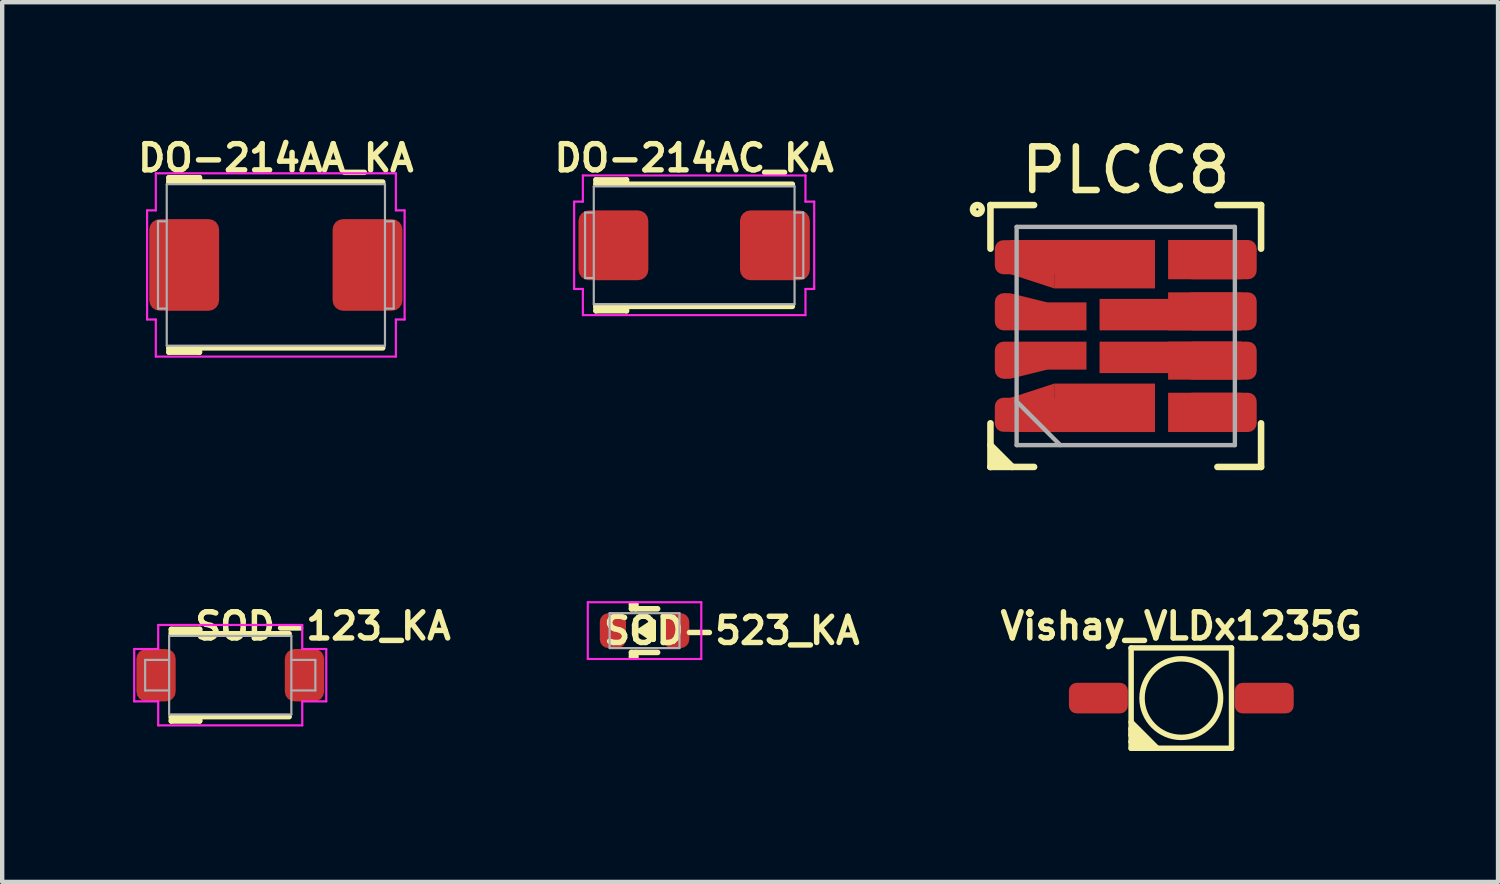
<source format=kicad_pcb>
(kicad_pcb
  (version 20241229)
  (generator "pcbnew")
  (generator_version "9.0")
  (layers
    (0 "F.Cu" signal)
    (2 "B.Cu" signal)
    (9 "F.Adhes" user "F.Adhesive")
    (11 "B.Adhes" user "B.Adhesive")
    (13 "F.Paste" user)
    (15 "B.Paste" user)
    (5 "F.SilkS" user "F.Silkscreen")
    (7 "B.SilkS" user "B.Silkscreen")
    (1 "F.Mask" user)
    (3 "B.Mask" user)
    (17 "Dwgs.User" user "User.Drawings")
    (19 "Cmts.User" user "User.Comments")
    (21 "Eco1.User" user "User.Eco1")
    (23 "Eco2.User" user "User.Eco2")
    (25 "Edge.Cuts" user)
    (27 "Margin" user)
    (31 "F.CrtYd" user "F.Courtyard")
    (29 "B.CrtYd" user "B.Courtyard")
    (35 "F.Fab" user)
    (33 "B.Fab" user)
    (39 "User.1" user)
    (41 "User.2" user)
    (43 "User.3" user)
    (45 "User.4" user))
  (footprint "SOD-523_KA"
    (layer "F.Cu")
    (at 11.717 11.398)
    (property "Reference" "SOD-523_KA" (at 2 0 0) (layer "F.SilkS") (effects (font (size 0.6 0.6) (thickness 0.125))))
    (attr smd)
    (fp_line (start -0.3 -0.6) (end -0.2 -0.6) (stroke (width 0.125) (type solid)) (layer "F.SilkS"))
    (fp_line (start -0.3 -0.5) (end -0.3 -0.6) (stroke (width 0.125) (type solid)) (layer "F.SilkS"))
    (fp_line (start -0.3 -0.5) (end 0.3 -0.5) (stroke (width 0.127) (type solid)) (layer "F.SilkS"))
    (fp_line (start -0.3 0.5) (end -0.3 0.6) (stroke (width 0.125) (type solid)) (layer "F.SilkS"))
    (fp_line (start -0.3 0.5) (end 0.3 0.5) (stroke (width 0.127) (type solid)) (layer "F.SilkS"))
    (fp_line (start -0.3 0.6) (end -0.2 0.6) (stroke (width 0.125) (type solid)) (layer "F.SilkS"))
    (fp_line (start -0.2 -0.6) (end -0.2 -0.5) (stroke (width 0.125) (type solid)) (layer "F.SilkS"))
    (fp_line (start -0.2 -0.2) (end -0.2 0.2) (stroke (width 0.125) (type solid)) (layer "F.SilkS"))
    (fp_line (start -0.2 0.6) (end -0.2 0.5) (stroke (width 0.125) (type solid)) (layer "F.SilkS"))
    (fp_line (start -0.1 0) (end 0.2 -0.2) (stroke (width 0.125) (type solid)) (layer "F.SilkS"))
    (fp_line (start 0 0) (end 0.15 -0.05) (stroke (width 0.125) (type solid)) (layer "F.SilkS"))
    (fp_line (start 0.15 -0.05) (end 0.15 0.05) (stroke (width 0.125) (type solid)) (layer "F.SilkS"))
    (fp_line (start 0.15 0.05) (end 0 0) (stroke (width 0.125) (type solid)) (layer "F.SilkS"))
    (fp_line (start 0.2 -0.2) (end 0.2 0.2) (stroke (width 0.125) (type solid)) (layer "F.SilkS"))
    (fp_line (start 0.2 0.2) (end -0.1 0) (stroke (width 0.125) (type solid)) (layer "F.SilkS"))
    (fp_line (start -1.3 -0.65) (end 1.3 -0.65) (stroke (width 0.05) (type solid)) (layer "F.CrtYd"))
    (fp_line (start -1.3 0.65) (end -1.3 -0.65) (stroke (width 0.05) (type solid)) (layer "F.CrtYd"))
    (fp_line (start 1.3 -0.65) (end 1.3 0.65) (stroke (width 0.05) (type solid)) (layer "F.CrtYd"))
    (fp_line (start 1.3 0.65) (end -1.3 0.65) (stroke (width 0.05) (type solid)) (layer "F.CrtYd"))
    (fp_line (start -0.8 -0.4) (end 0.8 -0.4) (stroke (width 0.05) (type solid)) (layer "F.Fab"))
    (fp_line (start -0.8 0.4) (end -0.8 -0.4) (stroke (width 0.05) (type solid)) (layer "F.Fab"))
    (fp_line (start 0.8 -0.4) (end 0.8 0.4) (stroke (width 0.05) (type solid)) (layer "F.Fab"))
    (fp_line (start 0.8 0.4) (end -0.8 0.4) (stroke (width 0.05) (type solid)) (layer "F.Fab"))
    (pad "A" smd roundrect (at 0.725 0) (size 0.6 0.8) (layers "F.Cu" "F.Mask" "F.Paste") (roundrect_rratio 0.33))
    (pad "K" smd roundrect (at -0.725 0) (size 0.6 0.8) (layers "F.Cu" "F.Mask" "F.Paste") (roundrect_rratio 0.33)))
  (footprint "Vishay_VLDx1235G"
    (layer "F.Cu")
    (at 24.015 12.944)
    (property "Reference" "Vishay_VLDx1235G" (at 0 -1.65 0) (layer "F.SilkS") (effects (font (size 0.6 0.6) (thickness 0.125))))
    (attr through_hole)
    (fp_line (start -1.15 -1.15) (end 1.15 -1.15) (stroke (width 0.125) (type solid)) (layer "F.SilkS"))
    (fp_line (start -1.15 0.55) (end -0.55 1.15) (stroke (width 0.125) (type solid)) (layer "F.SilkS"))
    (fp_line (start -1.15 0.7) (end -1.15 0.85) (stroke (width 0.125) (type solid)) (layer "F.SilkS"))
    (fp_line (start -1.15 0.85) (end -0.85 1.15) (stroke (width 0.125) (type solid)) (layer "F.SilkS"))
    (fp_line (start -1.15 1) (end -1.15 1) (stroke (width 0.125) (type solid)) (layer "F.SilkS"))
    (fp_line (start -1.15 1.15) (end -1.15 -1.15) (stroke (width 0.125) (type solid)) (layer "F.SilkS"))
    (fp_line (start -1 1.15) (end -1.15 1) (stroke (width 0.125) (type solid)) (layer "F.SilkS"))
    (fp_line (start -0.85 1.15) (end -1 1.15) (stroke (width 0.125) (type solid)) (layer "F.SilkS"))
    (fp_line (start -0.7 1.15) (end -1.15 0.7) (stroke (width 0.125) (type solid)) (layer "F.SilkS"))
    (fp_line (start -0.55 1.15) (end -0.7 1.15) (stroke (width 0.125) (type solid)) (layer "F.SilkS"))
    (fp_line (start 1.15 -1.15) (end 1.15 1.15) (stroke (width 0.125) (type solid)) (layer "F.SilkS"))
    (fp_line (start 1.15 1.15) (end -1.15 1.15) (stroke (width 0.125) (type solid)) (layer "F.SilkS"))
    (fp_circle (center 0 0) (end 0.9 0) (stroke (width 0.125) (type solid)) (fill no) (layer "F.SilkS"))
    (pad "A" smd roundrect (at 1.9 0) (size 1.35 0.7) (layers "F.Cu" "F.Mask" "F.Paste") (roundrect_rratio 0.25))
    (pad "K" smd roundrect (at -1.9 0) (size 1.35 0.7) (layers "F.Cu" "F.Mask" "F.Paste") (roundrect_rratio 0.25)))
  (footprint "SOD-123_KA"
    (layer "F.Cu")
    (at 2.225 12.419)
    (property "Reference" "SOD-123_KA" (at 2.125 -1.125 0) (layer "F.SilkS") (effects (font (size 0.6 0.6) (thickness 0.125))))
    (attr smd)
    (fp_line (start -1.35 -1.05) (end -1.35 -0.95) (stroke (width 0.125) (type solid)) (layer "F.SilkS"))
    (fp_line (start -1.35 -1.05) (end -0.7 -1.05) (stroke (width 0.125) (type solid)) (layer "F.SilkS"))
    (fp_line (start -1.35 0.95) (end -1.35 1.05) (stroke (width 0.125) (type solid)) (layer "F.SilkS"))
    (fp_line (start -1.35 0.95) (end 1.35 0.95) (stroke (width 0.127) (type solid)) (layer "F.SilkS"))
    (fp_line (start -1.35 1.05) (end -0.7 1.05) (stroke (width 0.125) (type solid)) (layer "F.SilkS"))
    (fp_line (start -0.7 -1.05) (end -0.7 -0.95) (stroke (width 0.125) (type solid)) (layer "F.SilkS"))
    (fp_line (start -0.7 1.05) (end -0.7 0.95) (stroke (width 0.125) (type solid)) (layer "F.SilkS"))
    (fp_line (start 1.35 -0.95) (end -1.35 -0.95) (stroke (width 0.125) (type solid)) (layer "F.SilkS"))
    (fp_line (start -2.2 -0.6) (end -1.65 -0.6) (stroke (width 0.05) (type solid)) (layer "F.CrtYd"))
    (fp_line (start -2.2 0.6) (end -2.2 -0.6) (stroke (width 0.05) (type solid)) (layer "F.CrtYd"))
    (fp_line (start -1.65 -1.15) (end 1.65 -1.15) (stroke (width 0.05) (type solid)) (layer "F.CrtYd"))
    (fp_line (start -1.65 -0.6) (end -1.65 -1.15) (stroke (width 0.05) (type solid)) (layer "F.CrtYd"))
    (fp_line (start -1.65 0.6) (end -2.2 0.6) (stroke (width 0.05) (type solid)) (layer "F.CrtYd"))
    (fp_line (start -1.65 1.15) (end -1.65 0.6) (stroke (width 0.05) (type solid)) (layer "F.CrtYd"))
    (fp_line (start 1.65 -1.15) (end 1.65 -0.6) (stroke (width 0.05) (type solid)) (layer "F.CrtYd"))
    (fp_line (start 1.65 -0.6) (end 2.2 -0.6) (stroke (width 0.05) (type solid)) (layer "F.CrtYd"))
    (fp_line (start 1.65 0.6) (end 1.65 1.15) (stroke (width 0.05) (type solid)) (layer "F.CrtYd"))
    (fp_line (start 1.65 1.15) (end -1.65 1.15) (stroke (width 0.05) (type solid)) (layer "F.CrtYd"))
    (fp_line (start 2.2 -0.6) (end 2.2 0.6) (stroke (width 0.05) (type solid)) (layer "F.CrtYd"))
    (fp_line (start 2.2 0.6) (end 1.65 0.6) (stroke (width 0.05) (type solid)) (layer "F.CrtYd"))
    (fp_line (start -1.95 -0.35) (end -1.95 0.35) (stroke (width 0.05) (type solid)) (layer "F.Fab"))
    (fp_line (start -1.95 0.35) (end -1.4 0.35) (stroke (width 0.05) (type solid)) (layer "F.Fab"))
    (fp_line (start -1.4 -0.9) (end -1.4 0.9) (stroke (width 0.05) (type solid)) (layer "F.Fab"))
    (fp_line (start -1.4 -0.35) (end -1.95 -0.35) (stroke (width 0.05) (type solid)) (layer "F.Fab"))
    (fp_line (start -1.4 0.9) (end 1.4 0.9) (stroke (width 0.05) (type solid)) (layer "F.Fab"))
    (fp_line (start 1.4 -0.9) (end -1.4 -0.9) (stroke (width 0.05) (type solid)) (layer "F.Fab"))
    (fp_line (start 1.4 -0.35) (end 1.95 -0.35) (stroke (width 0.05) (type solid)) (layer "F.Fab"))
    (fp_line (start 1.4 0.9) (end 1.4 -0.9) (stroke (width 0.05) (type solid)) (layer "F.Fab"))
    (fp_line (start 1.95 -0.35) (end 1.95 0.35) (stroke (width 0.05) (type solid)) (layer "F.Fab"))
    (fp_line (start 1.95 0.35) (end 1.4 0.35) (stroke (width 0.05) (type solid)) (layer "F.Fab"))
    (pad "A" smd roundrect (at 1.7 0) (size 0.9 1.2) (layers "F.Cu" "F.Mask" "F.Paste") (roundrect_rratio 0.25))
    (pad "K" smd roundrect (at -1.7 0) (size 0.9 1.2) (layers "F.Cu" "F.Mask" "F.Paste") (roundrect_rratio 0.25)))
  (footprint "DO-214AA_KA"
    (layer "F.Cu")
    (at 3.27 3.02)
    (property "Reference" "DO-214AA_KA" (at 0 -2.45 0) (layer "F.SilkS") (effects (font (size 0.6 0.6) (thickness 0.125))))
    (attr smd)
    (fp_line (start -2.45 -2) (end -1.75 -2) (stroke (width 0.125) (type solid)) (layer "F.SilkS"))
    (fp_line (start -2.45 -1.9) (end -2.45 -2) (stroke (width 0.125) (type solid)) (layer "F.SilkS"))
    (fp_line (start -2.45 -1.9) (end 2.45 -1.9) (stroke (width 0.125) (type solid)) (layer "F.SilkS"))
    (fp_line (start -2.45 1.9) (end -2.45 2) (stroke (width 0.125) (type solid)) (layer "F.SilkS"))
    (fp_line (start -2.45 1.9) (end 2.45 1.9) (stroke (width 0.125) (type solid)) (layer "F.SilkS"))
    (fp_line (start -2.45 2) (end -1.75 2) (stroke (width 0.125) (type solid)) (layer "F.SilkS"))
    (fp_line (start -1.75 -2) (end -1.75 -1.9) (stroke (width 0.125) (type solid)) (layer "F.SilkS"))
    (fp_line (start -1.75 2) (end -1.75 1.9) (stroke (width 0.125) (type solid)) (layer "F.SilkS"))
    (fp_line (start -2.95 -1.25) (end -2.75 -1.25) (stroke (width 0.05) (type solid)) (layer "F.CrtYd"))
    (fp_line (start -2.95 1.25) (end -2.95 -1.25) (stroke (width 0.05) (type solid)) (layer "F.CrtYd"))
    (fp_line (start -2.75 -2.1) (end 2.75 -2.1) (stroke (width 0.05) (type solid)) (layer "F.CrtYd"))
    (fp_line (start -2.75 -1.25) (end -2.75 -2.1) (stroke (width 0.05) (type solid)) (layer "F.CrtYd"))
    (fp_line (start -2.75 1.25) (end -2.95 1.25) (stroke (width 0.05) (type solid)) (layer "F.CrtYd"))
    (fp_line (start -2.75 2.1) (end -2.75 1.25) (stroke (width 0.05) (type solid)) (layer "F.CrtYd"))
    (fp_line (start 2.75 -2.1) (end 2.75 -1.25) (stroke (width 0.05) (type solid)) (layer "F.CrtYd"))
    (fp_line (start 2.75 -1.25) (end 2.95 -1.25) (stroke (width 0.05) (type solid)) (layer "F.CrtYd"))
    (fp_line (start 2.75 1.25) (end 2.75 2.1) (stroke (width 0.05) (type solid)) (layer "F.CrtYd"))
    (fp_line (start 2.75 2.1) (end -2.75 2.1) (stroke (width 0.05) (type solid)) (layer "F.CrtYd"))
    (fp_line (start 2.95 -1.25) (end 2.95 1.25) (stroke (width 0.05) (type solid)) (layer "F.CrtYd"))
    (fp_line (start 2.95 1.25) (end 2.75 1.25) (stroke (width 0.05) (type solid)) (layer "F.CrtYd"))
    (fp_line (start -2.7 -1) (end -2.7 1) (stroke (width 0.05) (type solid)) (layer "F.Fab"))
    (fp_line (start -2.7 1) (end -2.5 1) (stroke (width 0.05) (type solid)) (layer "F.Fab"))
    (fp_line (start -2.5 -1.85) (end -2.5 1.85) (stroke (width 0.05) (type solid)) (layer "F.Fab"))
    (fp_line (start -2.5 -1) (end -2.7 -1) (stroke (width 0.05) (type solid)) (layer "F.Fab"))
    (fp_line (start -2.5 1.85) (end 2.5 1.85) (stroke (width 0.05) (type solid)) (layer "F.Fab"))
    (fp_line (start 2.5 -1.85) (end -2.5 -1.85) (stroke (width 0.05) (type solid)) (layer "F.Fab"))
    (fp_line (start 2.5 -1) (end 2.7 -1) (stroke (width 0.05) (type solid)) (layer "F.Fab"))
    (fp_line (start 2.5 1.85) (end 2.5 -1.85) (stroke (width 0.05) (type solid)) (layer "F.Fab"))
    (fp_line (start 2.7 -1) (end 2.7 1) (stroke (width 0.05) (type solid)) (layer "F.Fab"))
    (fp_line (start 2.7 1) (end 2.5 1) (stroke (width 0.05) (type solid)) (layer "F.Fab"))
    (pad "A" smd roundrect (at 2.1 0) (size 1.6 2.1) (layers "F.Cu" "F.Mask" "F.Paste") (roundrect_rratio 0.15))
    (pad "K" smd roundrect (at -2.1 0) (size 1.6 2.1) (layers "F.Cu" "F.Mask" "F.Paste") (roundrect_rratio 0.15)))
  (footprint "PLCC8"
    (layer "F.Cu")
    (at 22.742 4.648)
    (property "Reference" "PLCC8" (at 0 -3.8 0) (layer "F.SilkS") (effects (font (size 1 1) (thickness 0.15))))
    (attr smd)
    (fp_line (start -3.1 -3) (end -3.1 -2) (stroke (width 0.15) (type solid)) (layer "F.SilkS"))
    (fp_line (start -3.1 -3) (end -2.1 -3) (stroke (width 0.15) (type solid)) (layer "F.SilkS"))
    (fp_line (start -3.1 2.5) (end -2.6 3) (stroke (width 0.15) (type solid)) (layer "F.SilkS"))
    (fp_line (start -3.1 3) (end -3.1 2) (stroke (width 0.15) (type solid)) (layer "F.SilkS"))
    (fp_line (start -3.1 3) (end -3 2.9) (stroke (width 0.15) (type solid)) (layer "F.SilkS"))
    (fp_line (start -3 2.7) (end -2.9 2.8) (stroke (width 0.15) (type solid)) (layer "F.SilkS"))
    (fp_line (start -3 2.9) (end -3 2.7) (stroke (width 0.15) (type solid)) (layer "F.SilkS"))
    (fp_line (start -2.8 2.9) (end -3 2.9) (stroke (width 0.15) (type solid)) (layer "F.SilkS"))
    (fp_line (start -2.1 3) (end -3.1 3) (stroke (width 0.15) (type solid)) (layer "F.SilkS"))
    (fp_line (start 2.1 -3) (end 3.1 -3) (stroke (width 0.15) (type solid)) (layer "F.SilkS"))
    (fp_line (start 2.1 3) (end 3.1 3) (stroke (width 0.15) (type solid)) (layer "F.SilkS"))
    (fp_line (start 3.1 -3) (end 3.1 -2) (stroke (width 0.15) (type solid)) (layer "F.SilkS"))
    (fp_line (start 3.1 3) (end 3.1 2) (stroke (width 0.15) (type solid)) (layer "F.SilkS"))
    (fp_circle (center -3.4 -2.9) (end -3.4 -3) (stroke (width 0.15) (type solid)) (fill no) (layer "F.SilkS"))
    (fp_line (start -2.5 -2.5) (end -2.5 2.5) (stroke (width 0.1) (type solid)) (layer "F.Fab"))
    (fp_line (start -2.5 -2.5) (end 2.5 -2.5) (stroke (width 0.1) (type solid)) (layer "F.Fab"))
    (fp_line (start -2.5 1.5) (end -1.5 2.5) (stroke (width 0.1) (type solid)) (layer "F.Fab"))
    (fp_line (start -2.5 2.5) (end 2.5 2.5) (stroke (width 0.1) (type solid)) (layer "F.Fab"))
    (fp_line (start 2.5 2.5) (end 2.5 -2.5) (stroke (width 0.1) (type solid)) (layer "F.Fab"))
    (pad "" smd roundrect (at -1.775 -0.45) (size 1.6 0.6) (layers "F.Paste") (roundrect_rratio 0.25))
    (pad "" smd roundrect (at -1.775 0.45) (size 1.6 0.6) (layers "F.Paste") (roundrect_rratio 0.25))
    (pad "" smd roundrect (at -0.9 -1.8) (size 3 0.9) (layers "F.Paste") (roundrect_rratio 0.25))
    (pad "" smd roundrect (at -0.9 1.8) (size 3 0.9) (layers "F.Paste") (roundrect_rratio 0.25))
    (pad "" smd roundrect (at 1 0.5) (size 3 0.65) (layers "F.Paste") (roundrect_rratio 0.25))
    (pad "" smd roundrect (at 1.025 -0.49) (size 3 0.65) (layers "F.Paste") (roundrect_rratio 0.25))
    (pad "" smd roundrect (at 1.81 -1.75) (size 1.6 0.8) (layers "F.Paste") (roundrect_rratio 0.25))
    (pad "" smd roundrect (at 1.81 1.75) (size 1.6 0.8) (layers "F.Paste") (roundrect_rratio 0.25))
    (pad "1" smd roundrect (at -2.5 -1.805) (size 1 0.78) (layers "F.Cu" "F.Mask") (roundrect_rratio 0.25))
    (pad "1" smd trapezoid (at -2.145 -1.505) (size 1.01 0.5) (rect_delta -0.33 0) (layers "F.Cu" "F.Mask"))
    (pad "1" smd rect (at -0.99 -1.81) (size 3.32 0.78) (layers "F.Cu" "F.Mask"))
    (pad "1" smd rect (at -0.485 -1.645) (size 2.31 1.11) (layers "F.Cu" "F.Mask"))
    (pad "2" smd roundrect (at -2.8 -0.555) (size 0.4 0.85) (layers "F.Cu" "F.Mask") (roundrect_rratio 0.5))
    (pad "2" smd rect (at -2.725 -0.555) (size 0.15 0.85) (layers "F.Cu" "F.Mask"))
    (pad "2" smd trapezoid (at -2.225 -0.725) (size 0.85 0.3) (rect_delta 0.21 0) (layers "F.Cu" "F.Mask"))
    (pad "2" smd rect (at -1.775 -0.45) (size 1.75 0.64) (layers "F.Cu" "F.Mask"))
    (pad "3" smd roundrect (at -2.8 0.555) (size 0.4 0.85) (layers "F.Cu" "F.Mask") (roundrect_rratio 0.5))
    (pad "3" smd rect (at -2.72 0.555) (size 0.15 0.85) (layers "F.Cu" "F.Mask"))
    (pad "3" smd trapezoid (at -2.225 0.725) (size 0.85 0.3) (rect_delta 0.21 0) (layers "F.Cu" "F.Mask"))
    (pad "3" smd rect (at -1.775 0.45) (size 1.75 0.64) (layers "F.Cu" "F.Mask"))
    (pad "4" smd roundrect (at -2.5 1.805) (size 1 0.78) (layers "F.Cu" "F.Mask") (roundrect_rratio 0.25))
    (pad "4" smd trapezoid (at -2.145 1.505) (size 1.01 0.5) (rect_delta -0.33 0) (layers "F.Cu" "F.Mask"))
    (pad "4" smd rect (at -0.99 1.81) (size 3.32 0.78) (layers "F.Cu" "F.Mask"))
    (pad "4" smd rect (at -0.485 1.645) (size 2.31 1.11) (layers "F.Cu" "F.Mask"))
    (pad "5" smd rect (at 1.81 1.75) (size 1.68 0.9) (layers "F.Cu" "F.Mask"))
    (pad "5" smd roundrect (at 2.16 1.75) (size 1.68 0.9) (layers "F.Cu" "F.Mask") (roundrect_rratio 0.22))
    (pad "6" smd rect (at 1.025 0.49) (size 3.25 0.72) (layers "F.Cu" "F.Mask"))
    (pad "6" smd rect (at 1.81 0.565) (size 1.68 0.87) (layers "F.Cu" "F.Mask"))
    (pad "6" smd roundrect (at 2.16 0.565) (size 1.68 0.87) (layers "F.Cu" "F.Mask") (roundrect_rratio 0.23))
    (pad "7" smd rect (at 1.025 -0.49) (size 3.25 0.72) (layers "F.Cu" "F.Mask"))
    (pad "7" smd rect (at 1.81 -0.565) (size 1.68 0.87) (layers "F.Cu" "F.Mask"))
    (pad "7" smd roundrect (at 2.16 -0.565) (size 1.68 0.87) (layers "F.Cu" "F.Mask") (roundrect_rratio 0.23))
    (pad "8" smd rect (at 1.81 -1.75) (size 1.68 0.9) (layers "F.Cu" "F.Mask"))
    (pad "8" smd roundrect (at 2.16 -1.75) (size 1.68 0.9) (layers "F.Cu" "F.Mask") (roundrect_rratio 0.22)))
  (footprint "DO-214AC_KA"
    (layer "F.Cu")
    (at 12.854 2.57)
    (property "Reference" "DO-214AC_KA" (at 0 -2 0) (layer "F.SilkS") (effects (font (size 0.6 0.6) (thickness 0.125))))
    (attr smd)
    (fp_line (start -2.25 -1.5) (end -1.55 -1.5) (stroke (width 0.125) (type solid)) (layer "F.SilkS"))
    (fp_line (start -2.25 -1.4) (end -2.25 -1.5) (stroke (width 0.125) (type solid)) (layer "F.SilkS"))
    (fp_line (start -2.25 -1.4) (end 2.25 -1.4) (stroke (width 0.125) (type solid)) (layer "F.SilkS"))
    (fp_line (start -2.25 1.4) (end -2.25 1.5) (stroke (width 0.125) (type solid)) (layer "F.SilkS"))
    (fp_line (start -2.25 1.4) (end 2.25 1.4) (stroke (width 0.125) (type solid)) (layer "F.SilkS"))
    (fp_line (start -2.25 1.5) (end -1.55 1.5) (stroke (width 0.125) (type solid)) (layer "F.SilkS"))
    (fp_line (start -1.55 -1.5) (end -1.55 -1.4) (stroke (width 0.125) (type solid)) (layer "F.SilkS"))
    (fp_line (start -1.55 1.4) (end -2.25 1.4) (stroke (width 0.125) (type solid)) (layer "F.SilkS"))
    (fp_line (start -1.55 1.5) (end -1.55 1.4) (stroke (width 0.125) (type solid)) (layer "F.SilkS"))
    (fp_line (start -2.75 -1) (end -2.55 -1) (stroke (width 0.05) (type solid)) (layer "F.CrtYd"))
    (fp_line (start -2.75 1) (end -2.75 -1) (stroke (width 0.05) (type solid)) (layer "F.CrtYd"))
    (fp_line (start -2.55 -1.6) (end 2.55 -1.6) (stroke (width 0.05) (type solid)) (layer "F.CrtYd"))
    (fp_line (start -2.55 -1) (end -2.55 -1.6) (stroke (width 0.05) (type solid)) (layer "F.CrtYd"))
    (fp_line (start -2.55 1) (end -2.75 1) (stroke (width 0.05) (type solid)) (layer "F.CrtYd"))
    (fp_line (start -2.55 1.6) (end -2.55 1) (stroke (width 0.05) (type solid)) (layer "F.CrtYd"))
    (fp_line (start 2.55 -1.6) (end 2.55 -1) (stroke (width 0.05) (type solid)) (layer "F.CrtYd"))
    (fp_line (start 2.55 -1) (end 2.75 -1) (stroke (width 0.05) (type solid)) (layer "F.CrtYd"))
    (fp_line (start 2.55 1) (end 2.55 1.6) (stroke (width 0.05) (type solid)) (layer "F.CrtYd"))
    (fp_line (start 2.55 1.6) (end -2.55 1.6) (stroke (width 0.05) (type solid)) (layer "F.CrtYd"))
    (fp_line (start 2.75 -1) (end 2.75 0.95) (stroke (width 0.05) (type solid)) (layer "F.CrtYd"))
    (fp_line (start 2.75 0.95) (end 2.75 1) (stroke (width 0.05) (type solid)) (layer "F.CrtYd"))
    (fp_line (start 2.75 1) (end 2.55 1) (stroke (width 0.05) (type solid)) (layer "F.CrtYd"))
    (fp_line (start -2.5 -0.75) (end -2.5 0.75) (stroke (width 0.05) (type solid)) (layer "F.Fab"))
    (fp_line (start -2.5 0.75) (end -2.3 0.75) (stroke (width 0.05) (type solid)) (layer "F.Fab"))
    (fp_line (start -2.3 -1.35) (end -2.3 1.35) (stroke (width 0.05) (type solid)) (layer "F.Fab"))
    (fp_line (start -2.3 -0.75) (end -2.5 -0.75) (stroke (width 0.05) (type solid)) (layer "F.Fab"))
    (fp_line (start -2.3 1.35) (end 2.3 1.35) (stroke (width 0.05) (type solid)) (layer "F.Fab"))
    (fp_line (start 2.3 -1.35) (end -2.3 -1.35) (stroke (width 0.05) (type solid)) (layer "F.Fab"))
    (fp_line (start 2.3 -0.75) (end 2.5 -0.75) (stroke (width 0.05) (type solid)) (layer "F.Fab"))
    (fp_line (start 2.3 1.35) (end 2.3 -1.35) (stroke (width 0.05) (type solid)) (layer "F.Fab"))
    (fp_line (start 2.5 -0.75) (end 2.5 0.75) (stroke (width 0.05) (type solid)) (layer "F.Fab"))
    (fp_line (start 2.5 0.75) (end 2.3 0.75) (stroke (width 0.05) (type solid)) (layer "F.Fab"))
    (pad "A" smd roundrect (at 1.85 0) (size 1.6 1.6) (layers "F.Cu" "F.Mask" "F.Paste") (roundrect_rratio 0.15))
    (pad "K" smd roundrect (at -1.85 0) (size 1.6 1.6) (layers "F.Cu" "F.Mask" "F.Paste") (roundrect_rratio 0.15)))
  (gr_rect
    (start -3 -3)
    (end 31.271 17.156)
    (stroke (width 0.1) (type default))
    (fill no)
    (layer "Edge.Cuts")))
</source>
